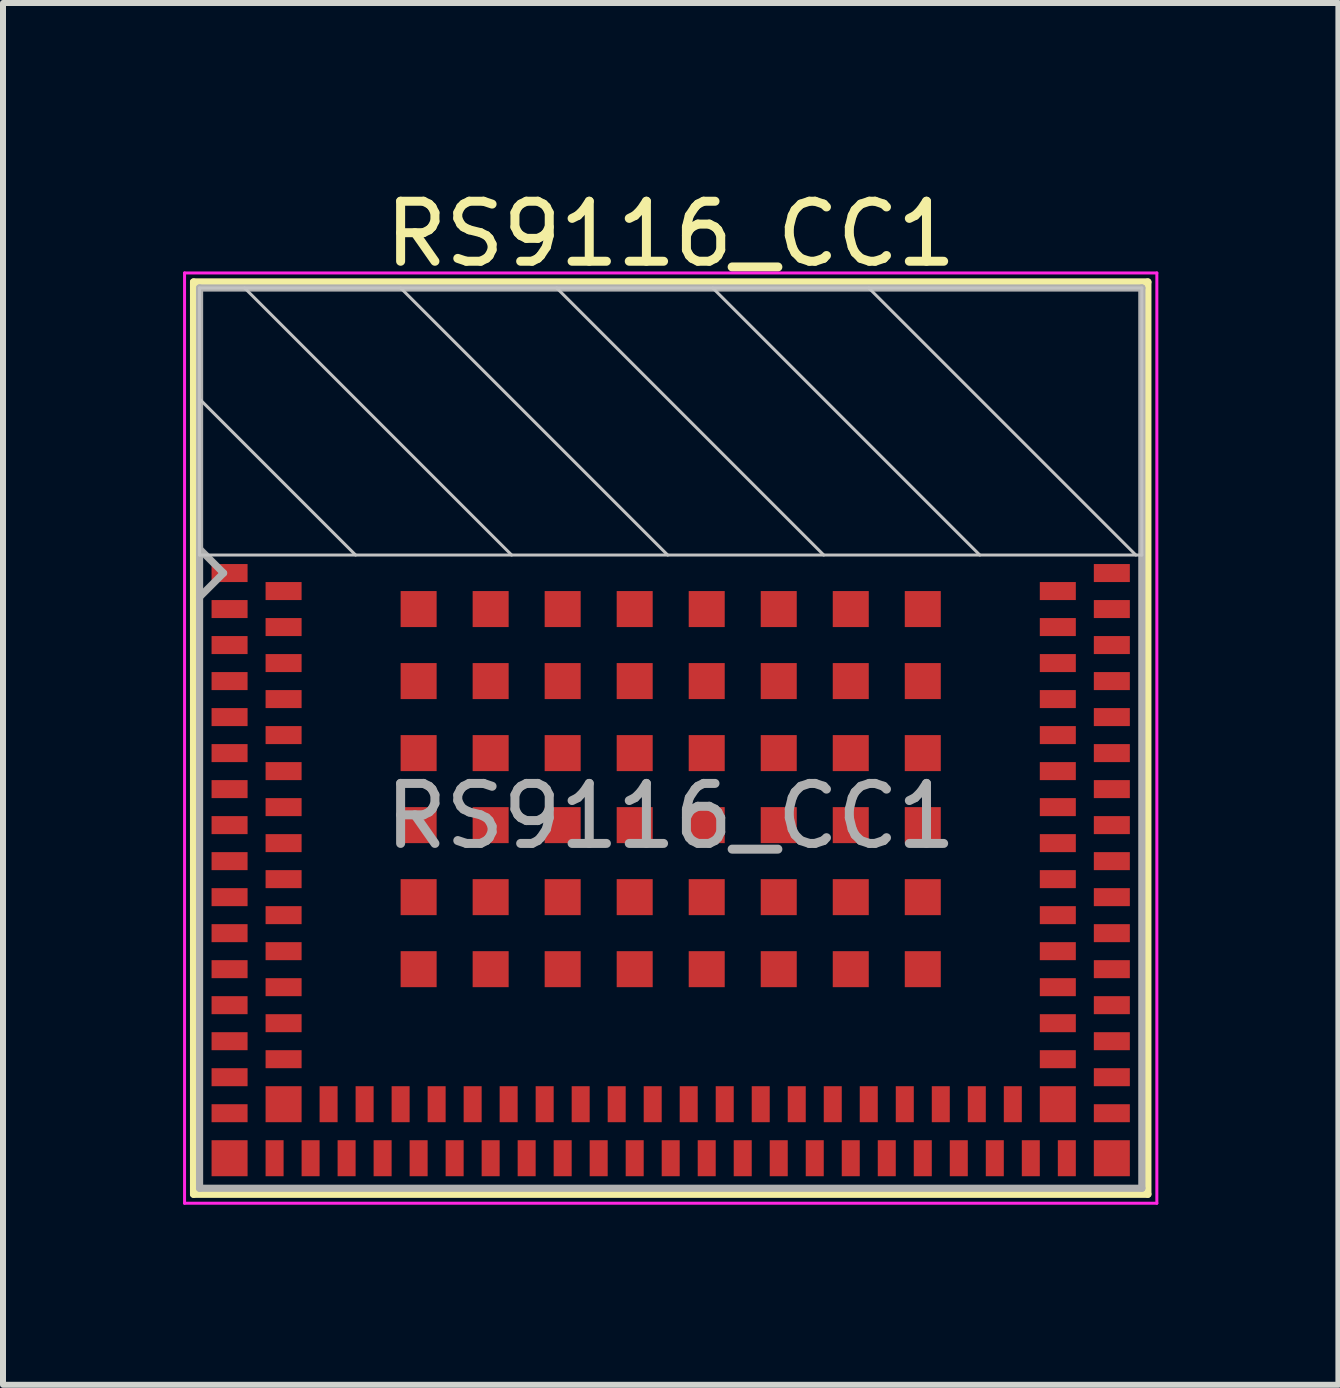
<source format=kicad_pcb>
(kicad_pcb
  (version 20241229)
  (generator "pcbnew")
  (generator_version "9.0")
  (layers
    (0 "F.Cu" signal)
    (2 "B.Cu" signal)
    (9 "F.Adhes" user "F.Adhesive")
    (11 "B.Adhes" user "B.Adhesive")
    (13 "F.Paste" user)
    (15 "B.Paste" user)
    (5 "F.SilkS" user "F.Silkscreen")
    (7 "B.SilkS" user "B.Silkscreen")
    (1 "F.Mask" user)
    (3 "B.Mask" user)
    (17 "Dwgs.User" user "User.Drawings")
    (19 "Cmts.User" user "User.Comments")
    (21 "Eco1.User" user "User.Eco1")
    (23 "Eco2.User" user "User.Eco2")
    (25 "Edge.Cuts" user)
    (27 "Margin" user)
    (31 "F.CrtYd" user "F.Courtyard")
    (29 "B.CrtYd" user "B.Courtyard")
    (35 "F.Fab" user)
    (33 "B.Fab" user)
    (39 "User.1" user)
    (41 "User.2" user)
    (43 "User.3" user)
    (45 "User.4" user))
  (footprint "RS9116_CC1"
    (layer "F.Cu")
    (at 8.125 9.248)
    (property "Reference" "RS9116_CC1" (at 0 -8.4 0) (layer "F.SilkS") (effects (font (size 1 1) (thickness 0.15))))
    (attr through_hole)
    (fp_line (start -7.95 -7.6) (end -7.95 7.6) (stroke (width 0.12) (type solid)) (layer "F.SilkS"))
    (fp_line (start -7.95 -7.6) (end 7.95 -7.6) (stroke (width 0.12) (type solid)) (layer "F.SilkS"))
    (fp_line (start -7.95 7.6) (end 7.95 7.6) (stroke (width 0.12) (type solid)) (layer "F.SilkS"))
    (fp_line (start 7.95 -7.6) (end 7.95 7.6) (stroke (width 0.12) (type solid)) (layer "F.SilkS"))
    (fp_line (start -7.85 -7.5) (end -7.85 -3.05) (stroke (width 0.05) (type solid)) (layer "Dwgs.User"))
    (fp_line (start -5.25 -3.05) (end -7.85 -5.65) (stroke (width 0.05) (type solid)) (layer "Dwgs.User"))
    (fp_line (start -2.65 -3.05) (end -7.1 -7.5) (stroke (width 0.05) (type solid)) (layer "Dwgs.User"))
    (fp_line (start -0.05 -3.05) (end -4.5 -7.5) (stroke (width 0.05) (type solid)) (layer "Dwgs.User"))
    (fp_line (start 2.55 -3.05) (end -1.9 -7.5) (stroke (width 0.05) (type solid)) (layer "Dwgs.User"))
    (fp_line (start 5.15 -3.05) (end 0.7 -7.5) (stroke (width 0.05) (type solid)) (layer "Dwgs.User"))
    (fp_line (start 7.75 -3.05) (end 3.3 -7.5) (stroke (width 0.05) (type solid)) (layer "Dwgs.User"))
    (fp_line (start 7.85 -7.5) (end -7.85 -7.5) (stroke (width 0.05) (type solid)) (layer "Dwgs.User"))
    (fp_line (start 7.85 -3.05) (end -7.85 -3.05) (stroke (width 0.05) (type solid)) (layer "Dwgs.User"))
    (fp_line (start 7.85 -3.05) (end 7.85 -7.5) (stroke (width 0.05) (type solid)) (layer "Dwgs.User"))
    (fp_line (start -8.1 -7.75) (end -8.1 7.75) (stroke (width 0.05) (type solid)) (layer "F.CrtYd"))
    (fp_line (start -8.1 -7.75) (end 8.1 -7.75) (stroke (width 0.05) (type solid)) (layer "F.CrtYd"))
    (fp_line (start -8.1 7.75) (end 8.1 7.75) (stroke (width 0.05) (type solid)) (layer "F.CrtYd"))
    (fp_line (start 8.1 -7.75) (end 8.1 7.75) (stroke (width 0.05) (type solid)) (layer "F.CrtYd"))
    (fp_line (start -7.85 -7.5) (end -7.85 7.5) (stroke (width 0.12) (type solid)) (layer "F.Fab"))
    (fp_line (start -7.85 -3.15) (end -7.45 -2.75) (stroke (width 0.12) (type solid)) (layer "F.Fab"))
    (fp_line (start -7.45 -2.75) (end -7.85 -2.35) (stroke (width 0.12) (type solid)) (layer "F.Fab"))
    (fp_line (start 7.85 -7.5) (end -7.85 -7.5) (stroke (width 0.12) (type solid)) (layer "F.Fab"))
    (fp_line (start 7.85 7.5) (end -7.85 7.5) (stroke (width 0.12) (type solid)) (layer "F.Fab"))
    (fp_line (start 7.85 7.5) (end 7.85 -7.5) (stroke (width 0.12) (type solid)) (layer "F.Fab"))
    (fp_text user "${REFERENCE}" (at 0 1.3 0) (layer "F.Fab") (effects (font (size 1 1) (thickness 0.15))))
    (pad "1" smd rect (at -7.35 -2.75) (size 0.6 0.3) (layers "F.Cu" "F.Mask" "F.Paste"))
    (pad "2" smd rect (at -7.35 -2.15) (size 0.6 0.3) (layers "F.Cu" "F.Mask" "F.Paste"))
    (pad "3" smd rect (at -7.35 -1.55) (size 0.6 0.3) (layers "F.Cu" "F.Mask" "F.Paste"))
    (pad "4" smd rect (at -7.35 -0.95) (size 0.6 0.3) (layers "F.Cu" "F.Mask" "F.Paste"))
    (pad "5" smd rect (at -7.35 -0.35) (size 0.6 0.3) (layers "F.Cu" "F.Mask" "F.Paste"))
    (pad "6" smd rect (at -7.35 0.25) (size 0.6 0.3) (layers "F.Cu" "F.Mask" "F.Paste"))
    (pad "7" smd rect (at -7.35 0.85) (size 0.6 0.3) (layers "F.Cu" "F.Mask" "F.Paste"))
    (pad "8" smd rect (at -7.35 1.45) (size 0.6 0.3) (layers "F.Cu" "F.Mask" "F.Paste"))
    (pad "9" smd rect (at -7.35 2.05) (size 0.6 0.3) (layers "F.Cu" "F.Mask" "F.Paste"))
    (pad "10" smd rect (at -7.35 2.65) (size 0.6 0.3) (layers "F.Cu" "F.Mask" "F.Paste"))
    (pad "11" smd rect (at -7.35 3.25) (size 0.6 0.3) (layers "F.Cu" "F.Mask" "F.Paste"))
    (pad "12" smd rect (at -7.35 3.85) (size 0.6 0.3) (layers "F.Cu" "F.Mask" "F.Paste"))
    (pad "13" smd rect (at -7.35 4.45) (size 0.6 0.3) (layers "F.Cu" "F.Mask" "F.Paste"))
    (pad "14" smd rect (at -7.35 5.05) (size 0.6 0.3) (layers "F.Cu" "F.Mask" "F.Paste"))
    (pad "15" smd rect (at -7.35 5.65) (size 0.6 0.3) (layers "F.Cu" "F.Mask" "F.Paste"))
    (pad "16" smd rect (at -7.35 6.25) (size 0.6 0.3) (layers "F.Cu" "F.Mask" "F.Paste"))
    (pad "17" smd rect (at -7.35 7) (size 0.6 0.6) (layers "F.Cu" "F.Mask" "F.Paste"))
    (pad "18" smd rect (at -6.6 7) (size 0.3 0.6) (layers "F.Cu" "F.Mask" "F.Paste"))
    (pad "19" smd rect (at -6 7) (size 0.3 0.6) (layers "F.Cu" "F.Mask" "F.Paste"))
    (pad "20" smd rect (at -5.4 7) (size 0.3 0.6) (layers "F.Cu" "F.Mask" "F.Paste"))
    (pad "21" smd rect (at -4.8 7) (size 0.3 0.6) (layers "F.Cu" "F.Mask" "F.Paste"))
    (pad "22" smd rect (at -4.2 7) (size 0.3 0.6) (layers "F.Cu" "F.Mask" "F.Paste"))
    (pad "23" smd rect (at -3.6 7) (size 0.3 0.6) (layers "F.Cu" "F.Mask" "F.Paste"))
    (pad "24" smd rect (at -3 7) (size 0.3 0.6) (layers "F.Cu" "F.Mask" "F.Paste"))
    (pad "25" smd rect (at -2.4 7) (size 0.3 0.6) (layers "F.Cu" "F.Mask" "F.Paste"))
    (pad "26" smd rect (at -1.8 7) (size 0.3 0.6) (layers "F.Cu" "F.Mask" "F.Paste"))
    (pad "27" smd rect (at -1.2 7) (size 0.3 0.6) (layers "F.Cu" "F.Mask" "F.Paste"))
    (pad "28" smd rect (at -0.6 7) (size 0.3 0.6) (layers "F.Cu" "F.Mask" "F.Paste"))
    (pad "29" smd rect (at 0 7) (size 0.3 0.6) (layers "F.Cu" "F.Mask" "F.Paste"))
    (pad "30" smd rect (at 0.6 7) (size 0.3 0.6) (layers "F.Cu" "F.Mask" "F.Paste"))
    (pad "31" smd rect (at 1.2 7) (size 0.3 0.6) (layers "F.Cu" "F.Mask" "F.Paste"))
    (pad "32" smd rect (at 1.8 7) (size 0.3 0.6) (layers "F.Cu" "F.Mask" "F.Paste"))
    (pad "33" smd rect (at 2.4 7) (size 0.3 0.6) (layers "F.Cu" "F.Mask" "F.Paste"))
    (pad "34" smd rect (at 3 7) (size 0.3 0.6) (layers "F.Cu" "F.Mask" "F.Paste"))
    (pad "35" smd rect (at 3.6 7) (size 0.3 0.6) (layers "F.Cu" "F.Mask" "F.Paste"))
    (pad "36" smd rect (at 4.2 7) (size 0.3 0.6) (layers "F.Cu" "F.Mask" "F.Paste"))
    (pad "37" smd rect (at 4.8 7) (size 0.3 0.6) (layers "F.Cu" "F.Mask" "F.Paste"))
    (pad "38" smd rect (at 5.4 7) (size 0.3 0.6) (layers "F.Cu" "F.Mask" "F.Paste"))
    (pad "39" smd rect (at 6 7) (size 0.3 0.6) (layers "F.Cu" "F.Mask" "F.Paste"))
    (pad "40" smd rect (at 6.6 7) (size 0.3 0.6) (layers "F.Cu" "F.Mask" "F.Paste"))
    (pad "41" smd rect (at 7.35 7) (size 0.6 0.6) (layers "F.Cu" "F.Mask" "F.Paste"))
    (pad "42" smd rect (at 7.35 6.25) (size 0.6 0.3) (layers "F.Cu" "F.Mask" "F.Paste"))
    (pad "43" smd rect (at 7.35 5.65) (size 0.6 0.3) (layers "F.Cu" "F.Mask" "F.Paste"))
    (pad "44" smd rect (at 7.35 5.05) (size 0.6 0.3) (layers "F.Cu" "F.Mask" "F.Paste"))
    (pad "45" smd rect (at 7.35 4.45) (size 0.6 0.3) (layers "F.Cu" "F.Mask" "F.Paste"))
    (pad "46" smd rect (at 7.35 3.85) (size 0.6 0.3) (layers "F.Cu" "F.Mask" "F.Paste"))
    (pad "47" smd rect (at 7.35 3.25) (size 0.6 0.3) (layers "F.Cu" "F.Mask" "F.Paste"))
    (pad "48" smd rect (at 7.35 2.65) (size 0.6 0.3) (layers "F.Cu" "F.Mask" "F.Paste"))
    (pad "49" smd rect (at 7.35 2.05) (size 0.6 0.3) (layers "F.Cu" "F.Mask" "F.Paste"))
    (pad "50" smd rect (at 7.35 1.45) (size 0.6 0.3) (layers "F.Cu" "F.Mask" "F.Paste"))
    (pad "51" smd rect (at 7.35 0.85) (size 0.6 0.3) (layers "F.Cu" "F.Mask" "F.Paste"))
    (pad "52" smd rect (at 7.35 0.25) (size 0.6 0.3) (layers "F.Cu" "F.Mask" "F.Paste"))
    (pad "53" smd rect (at 7.35 -0.35) (size 0.6 0.3) (layers "F.Cu" "F.Mask" "F.Paste"))
    (pad "54" smd rect (at 7.35 -0.95) (size 0.6 0.3) (layers "F.Cu" "F.Mask" "F.Paste"))
    (pad "55" smd rect (at 7.35 -1.55) (size 0.6 0.3) (layers "F.Cu" "F.Mask" "F.Paste"))
    (pad "56" smd rect (at 7.35 -2.15) (size 0.6 0.3) (layers "F.Cu" "F.Mask" "F.Paste"))
    (pad "57" smd rect (at 7.35 -2.75) (size 0.6 0.3) (layers "F.Cu" "F.Mask" "F.Paste"))
    (pad "58" smd rect (at -6.45 -2.45) (size 0.6 0.3) (layers "F.Cu" "F.Mask" "F.Paste"))
    (pad "59" smd rect (at -6.45 -1.85) (size 0.6 0.3) (layers "F.Cu" "F.Mask" "F.Paste"))
    (pad "60" smd rect (at -6.45 -1.25) (size 0.6 0.3) (layers "F.Cu" "F.Mask" "F.Paste"))
    (pad "61" smd rect (at -6.45 -0.65) (size 0.6 0.3) (layers "F.Cu" "F.Mask" "F.Paste"))
    (pad "62" smd rect (at -6.45 -0.05) (size 0.6 0.3) (layers "F.Cu" "F.Mask" "F.Paste"))
    (pad "63" smd rect (at -6.45 0.55) (size 0.6 0.3) (layers "F.Cu" "F.Mask" "F.Paste"))
    (pad "64" smd rect (at -6.45 1.15) (size 0.6 0.3) (layers "F.Cu" "F.Mask" "F.Paste"))
    (pad "65" smd rect (at -6.45 1.75) (size 0.6 0.3) (layers "F.Cu" "F.Mask" "F.Paste"))
    (pad "66" smd rect (at -6.45 2.35) (size 0.6 0.3) (layers "F.Cu" "F.Mask" "F.Paste"))
    (pad "67" smd rect (at -6.45 2.95) (size 0.6 0.3) (layers "F.Cu" "F.Mask" "F.Paste"))
    (pad "68" smd rect (at -6.45 3.55) (size 0.6 0.3) (layers "F.Cu" "F.Mask" "F.Paste"))
    (pad "69" smd rect (at -6.45 4.15) (size 0.6 0.3) (layers "F.Cu" "F.Mask" "F.Paste"))
    (pad "70" smd rect (at -6.45 4.75) (size 0.6 0.3) (layers "F.Cu" "F.Mask" "F.Paste"))
    (pad "71" smd rect (at -6.45 5.35) (size 0.6 0.3) (layers "F.Cu" "F.Mask" "F.Paste"))
    (pad "72" smd rect (at -6.45 6.1) (size 0.6 0.6) (layers "F.Cu" "F.Mask" "F.Paste"))
    (pad "73" smd rect (at -5.7 6.1) (size 0.3 0.6) (layers "F.Cu" "F.Mask" "F.Paste"))
    (pad "74" smd rect (at -5.1 6.1) (size 0.3 0.6) (layers "F.Cu" "F.Mask" "F.Paste"))
    (pad "75" smd rect (at -4.5 6.1) (size 0.3 0.6) (layers "F.Cu" "F.Mask" "F.Paste"))
    (pad "76" smd rect (at -3.9 6.1) (size 0.3 0.6) (layers "F.Cu" "F.Mask" "F.Paste"))
    (pad "77" smd rect (at -3.3 6.1) (size 0.3 0.6) (layers "F.Cu" "F.Mask" "F.Paste"))
    (pad "78" smd rect (at -2.7 6.1) (size 0.3 0.6) (layers "F.Cu" "F.Mask" "F.Paste"))
    (pad "79" smd rect (at -2.1 6.1) (size 0.3 0.6) (layers "F.Cu" "F.Mask" "F.Paste"))
    (pad "80" smd rect (at -1.5 6.1) (size 0.3 0.6) (layers "F.Cu" "F.Mask" "F.Paste"))
    (pad "81" smd rect (at -0.9 6.1) (size 0.3 0.6) (layers "F.Cu" "F.Mask" "F.Paste"))
    (pad "82" smd rect (at -0.3 6.1) (size 0.3 0.6) (layers "F.Cu" "F.Mask" "F.Paste"))
    (pad "83" smd rect (at 0.3 6.1) (size 0.3 0.6) (layers "F.Cu" "F.Mask" "F.Paste"))
    (pad "84" smd rect (at 0.9 6.1) (size 0.3 0.6) (layers "F.Cu" "F.Mask" "F.Paste"))
    (pad "85" smd rect (at 1.5 6.1) (size 0.3 0.6) (layers "F.Cu" "F.Mask" "F.Paste"))
    (pad "86" smd rect (at 2.1 6.1) (size 0.3 0.6) (layers "F.Cu" "F.Mask" "F.Paste"))
    (pad "87" smd rect (at 2.7 6.1) (size 0.3 0.6) (layers "F.Cu" "F.Mask" "F.Paste"))
    (pad "88" smd rect (at 3.3 6.1) (size 0.3 0.6) (layers "F.Cu" "F.Mask" "F.Paste"))
    (pad "89" smd rect (at 3.9 6.1) (size 0.3 0.6) (layers "F.Cu" "F.Mask" "F.Paste"))
    (pad "90" smd rect (at 4.5 6.1) (size 0.3 0.6) (layers "F.Cu" "F.Mask" "F.Paste"))
    (pad "91" smd rect (at 5.1 6.1) (size 0.3 0.6) (layers "F.Cu" "F.Mask" "F.Paste"))
    (pad "92" smd rect (at 5.7 6.1) (size 0.3 0.6) (layers "F.Cu" "F.Mask" "F.Paste"))
    (pad "93" smd rect (at 6.45 6.1) (size 0.6 0.6) (layers "F.Cu" "F.Mask" "F.Paste"))
    (pad "94" smd rect (at 6.45 5.35) (size 0.6 0.3) (layers "F.Cu" "F.Mask" "F.Paste"))
    (pad "95" smd rect (at 6.45 4.75) (size 0.6 0.3) (layers "F.Cu" "F.Mask" "F.Paste"))
    (pad "96" smd rect (at 6.45 4.15) (size 0.6 0.3) (layers "F.Cu" "F.Mask" "F.Paste"))
    (pad "97" smd rect (at 6.45 3.55) (size 0.6 0.3) (layers "F.Cu" "F.Mask" "F.Paste"))
    (pad "98" smd rect (at 6.45 2.95) (size 0.6 0.3) (layers "F.Cu" "F.Mask" "F.Paste"))
    (pad "99" smd rect (at 6.45 2.35) (size 0.6 0.3) (layers "F.Cu" "F.Mask" "F.Paste"))
    (pad "100" smd rect (at 6.45 1.75) (size 0.6 0.3) (layers "F.Cu" "F.Mask" "F.Paste"))
    (pad "101" smd rect (at 6.45 1.15) (size 0.6 0.3) (layers "F.Cu" "F.Mask" "F.Paste"))
    (pad "102" smd rect (at 6.45 0.55) (size 0.6 0.3) (layers "F.Cu" "F.Mask" "F.Paste"))
    (pad "103" smd rect (at 6.45 -0.05) (size 0.6 0.3) (layers "F.Cu" "F.Mask" "F.Paste"))
    (pad "104" smd rect (at 6.45 -0.65) (size 0.6 0.3) (layers "F.Cu" "F.Mask" "F.Paste"))
    (pad "105" smd rect (at 6.45 -1.25) (size 0.6 0.3) (layers "F.Cu" "F.Mask" "F.Paste"))
    (pad "106" smd rect (at 6.45 -1.85) (size 0.6 0.3) (layers "F.Cu" "F.Mask" "F.Paste"))
    (pad "107" smd rect (at 6.45 -2.45) (size 0.6 0.3) (layers "F.Cu" "F.Mask" "F.Paste"))
    (pad "108" smd rect (at -4.2 3.85) (size 0.6 0.6) (layers "F.Cu" "F.Mask" "F.Paste"))
    (pad "109" smd rect (at -3 3.85) (size 0.6 0.6) (layers "F.Cu" "F.Mask" "F.Paste"))
    (pad "110" smd rect (at -1.8 3.85) (size 0.6 0.6) (layers "F.Cu" "F.Mask" "F.Paste"))
    (pad "111" smd rect (at -0.6 3.85) (size 0.6 0.6) (layers "F.Cu" "F.Mask" "F.Paste"))
    (pad "112" smd rect (at 0.6 3.85) (size 0.6 0.6) (layers "F.Cu" "F.Mask" "F.Paste"))
    (pad "113" smd rect (at 1.8 3.85) (size 0.6 0.6) (layers "F.Cu" "F.Mask" "F.Paste"))
    (pad "114" smd rect (at 3 3.85) (size 0.6 0.6) (layers "F.Cu" "F.Mask" "F.Paste"))
    (pad "115" smd rect (at 4.2 3.85) (size 0.6 0.6) (layers "F.Cu" "F.Mask" "F.Paste"))
    (pad "116" smd rect (at -4.2 2.65) (size 0.6 0.6) (layers "F.Cu" "F.Mask" "F.Paste"))
    (pad "117" smd rect (at -3 2.65) (size 0.6 0.6) (layers "F.Cu" "F.Mask" "F.Paste"))
    (pad "118" smd rect (at -1.8 2.65) (size 0.6 0.6) (layers "F.Cu" "F.Mask" "F.Paste"))
    (pad "119" smd rect (at -0.6 2.65) (size 0.6 0.6) (layers "F.Cu" "F.Mask" "F.Paste"))
    (pad "120" smd rect (at 0.6 2.65) (size 0.6 0.6) (layers "F.Cu" "F.Mask" "F.Paste"))
    (pad "121" smd rect (at 1.8 2.65) (size 0.6 0.6) (layers "F.Cu" "F.Mask" "F.Paste"))
    (pad "122" smd rect (at 3 2.65) (size 0.6 0.6) (layers "F.Cu" "F.Mask" "F.Paste"))
    (pad "123" smd rect (at 4.2 2.65) (size 0.6 0.6) (layers "F.Cu" "F.Mask" "F.Paste"))
    (pad "124" smd rect (at -4.2 1.45) (size 0.6 0.6) (layers "F.Cu" "F.Mask" "F.Paste"))
    (pad "125" smd rect (at -3 1.45) (size 0.6 0.6) (layers "F.Cu" "F.Mask" "F.Paste"))
    (pad "126" smd rect (at -1.8 1.45) (size 0.6 0.6) (layers "F.Cu" "F.Mask" "F.Paste"))
    (pad "127" smd rect (at -0.6 1.45) (size 0.6 0.6) (layers "F.Cu" "F.Mask" "F.Paste"))
    (pad "128" smd rect (at 0.6 1.45) (size 0.6 0.6) (layers "F.Cu" "F.Mask" "F.Paste"))
    (pad "129" smd rect (at 1.8 1.45) (size 0.6 0.6) (layers "F.Cu" "F.Mask" "F.Paste"))
    (pad "130" smd rect (at 3 1.45) (size 0.6 0.6) (layers "F.Cu" "F.Mask" "F.Paste"))
    (pad "131" smd rect (at 4.2 1.45) (size 0.6 0.6) (layers "F.Cu" "F.Mask" "F.Paste"))
    (pad "132" smd rect (at -4.2 0.25) (size 0.6 0.6) (layers "F.Cu" "F.Mask" "F.Paste"))
    (pad "133" smd rect (at -3 0.25) (size 0.6 0.6) (layers "F.Cu" "F.Mask" "F.Paste"))
    (pad "134" smd rect (at -1.8 0.25) (size 0.6 0.6) (layers "F.Cu" "F.Mask" "F.Paste"))
    (pad "135" smd rect (at -0.6 0.25) (size 0.6 0.6) (layers "F.Cu" "F.Mask" "F.Paste"))
    (pad "136" smd rect (at 0.6 0.25) (size 0.6 0.6) (layers "F.Cu" "F.Mask" "F.Paste"))
    (pad "137" smd rect (at 1.8 0.25) (size 0.6 0.6) (layers "F.Cu" "F.Mask" "F.Paste"))
    (pad "138" smd rect (at 3 0.25) (size 0.6 0.6) (layers "F.Cu" "F.Mask" "F.Paste"))
    (pad "139" smd rect (at 4.2 0.25) (size 0.6 0.6) (layers "F.Cu" "F.Mask" "F.Paste"))
    (pad "140" smd rect (at -4.2 -0.95) (size 0.6 0.6) (layers "F.Cu" "F.Mask" "F.Paste"))
    (pad "141" smd rect (at -3 -0.95) (size 0.6 0.6) (layers "F.Cu" "F.Mask" "F.Paste"))
    (pad "142" smd rect (at -1.8 -0.95) (size 0.6 0.6) (layers "F.Cu" "F.Mask" "F.Paste"))
    (pad "143" smd rect (at -0.6 -0.95) (size 0.6 0.6) (layers "F.Cu" "F.Mask" "F.Paste"))
    (pad "144" smd rect (at 0.6 -0.95) (size 0.6 0.6) (layers "F.Cu" "F.Mask" "F.Paste"))
    (pad "145" smd rect (at 1.8 -0.95) (size 0.6 0.6) (layers "F.Cu" "F.Mask" "F.Paste"))
    (pad "146" smd rect (at 3 -0.95) (size 0.6 0.6) (layers "F.Cu" "F.Mask" "F.Paste"))
    (pad "147" smd rect (at 4.2 -0.95) (size 0.6 0.6) (layers "F.Cu" "F.Mask" "F.Paste"))
    (pad "148" smd rect (at -4.2 -2.15) (size 0.6 0.6) (layers "F.Cu" "F.Mask" "F.Paste"))
    (pad "149" smd rect (at -3 -2.15) (size 0.6 0.6) (layers "F.Cu" "F.Mask" "F.Paste"))
    (pad "150" smd rect (at -1.8 -2.15) (size 0.6 0.6) (layers "F.Cu" "F.Mask" "F.Paste"))
    (pad "151" smd rect (at -0.6 -2.15) (size 0.6 0.6) (layers "F.Cu" "F.Mask" "F.Paste"))
    (pad "152" smd rect (at 0.6 -2.15) (size 0.6 0.6) (layers "F.Cu" "F.Mask" "F.Paste"))
    (pad "153" smd rect (at 1.8 -2.15) (size 0.6 0.6) (layers "F.Cu" "F.Mask" "F.Paste"))
    (pad "154" smd rect (at 3 -2.15) (size 0.6 0.6) (layers "F.Cu" "F.Mask" "F.Paste"))
    (pad "155" smd rect (at 4.2 -2.15) (size 0.6 0.6) (layers "F.Cu" "F.Mask" "F.Paste")))
  (gr_rect
    (start -3 -3)
    (end 19.25 20.023)
    (stroke (width 0.1) (type default))
    (fill no)
    (layer "Edge.Cuts")))
</source>
